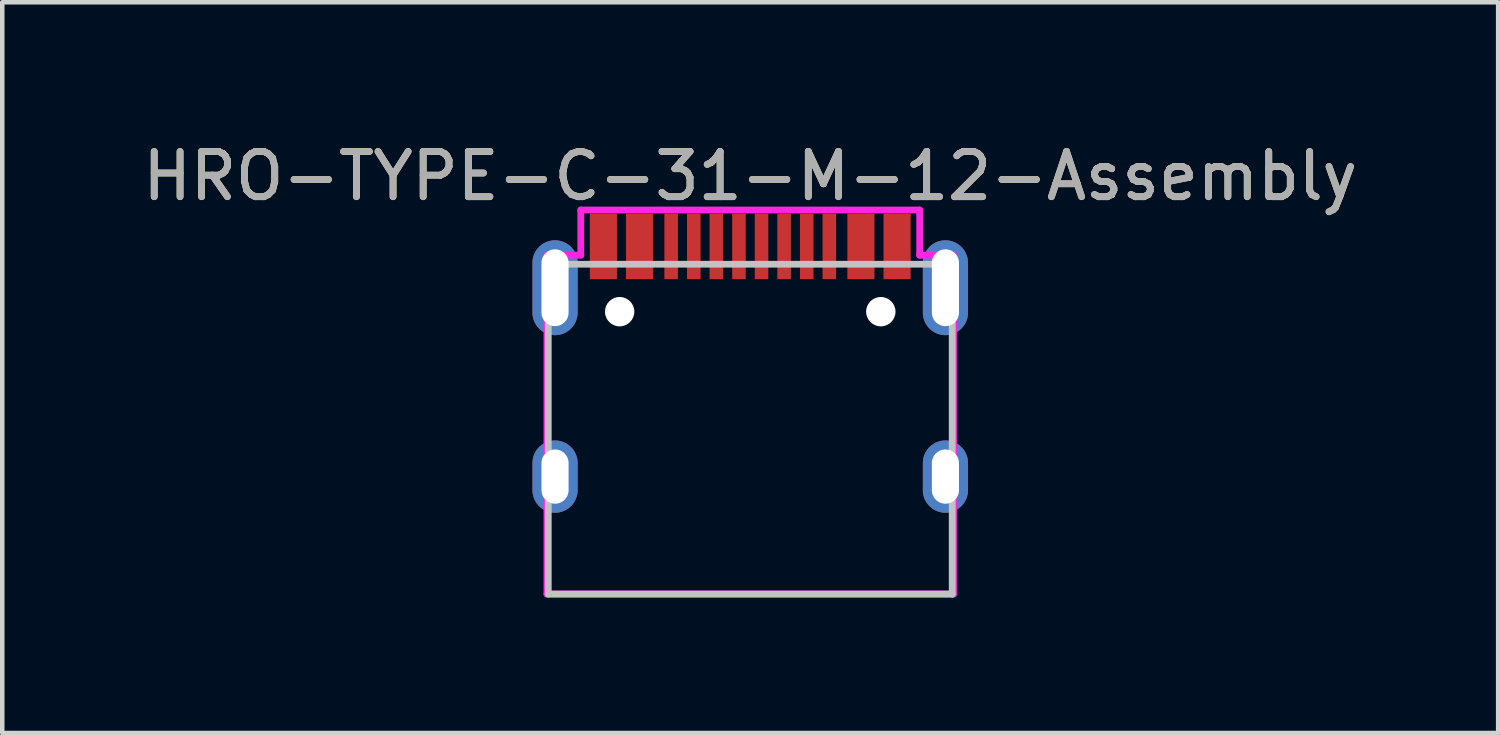
<source format=kicad_pcb>
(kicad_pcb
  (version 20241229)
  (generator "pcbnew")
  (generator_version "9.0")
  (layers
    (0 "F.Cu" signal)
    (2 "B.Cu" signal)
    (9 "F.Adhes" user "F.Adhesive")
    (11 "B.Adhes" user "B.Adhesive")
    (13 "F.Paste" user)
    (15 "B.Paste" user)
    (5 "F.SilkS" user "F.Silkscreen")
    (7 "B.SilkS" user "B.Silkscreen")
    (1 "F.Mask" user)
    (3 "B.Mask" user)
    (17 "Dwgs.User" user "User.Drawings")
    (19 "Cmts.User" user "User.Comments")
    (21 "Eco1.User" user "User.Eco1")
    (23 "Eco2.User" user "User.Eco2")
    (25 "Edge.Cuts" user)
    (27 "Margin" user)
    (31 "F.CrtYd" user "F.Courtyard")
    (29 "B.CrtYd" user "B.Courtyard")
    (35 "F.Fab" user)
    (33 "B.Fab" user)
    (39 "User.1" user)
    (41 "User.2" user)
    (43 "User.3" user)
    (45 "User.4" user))
  (footprint "HRO-TYPE-C-31-M-12-Assembly"
    (layer "F.Cu")
    (at 13.554 5.054)
    (property "Reference" "HRO-TYPE-C-31-M-12-Assembly" (at 0 -4.206 0) (layer "F.SilkS") (effects (font (size 1 1) (thickness 0.15))))
    (attr smd)
    (fp_line (start -4.47 -2.256) (end 4.47 -2.256) (stroke (width 0.15) (type solid)) (layer "Dwgs.User"))
    (fp_line (start -4.47 5.044) (end -4.47 -2.256) (stroke (width 0.15) (type solid)) (layer "Dwgs.User"))
    (fp_line (start -4.47 5.044) (end 4.47 5.044) (stroke (width 0.15) (type solid)) (layer "Dwgs.User"))
    (fp_line (start 4.47 5.044) (end 4.47 -2.256) (stroke (width 0.15) (type solid)) (layer "Dwgs.User"))
    (fp_line (start -4.5 -2.456) (end -3.75 -2.456) (stroke (width 0.15) (type solid)) (layer "F.CrtYd"))
    (fp_line (start -4.5 5.044) (end -4.5 -2.456) (stroke (width 0.15) (type solid)) (layer "F.CrtYd"))
    (fp_line (start -3.75 -3.456) (end 3.75 -3.456) (stroke (width 0.15) (type solid)) (layer "F.CrtYd"))
    (fp_line (start -3.75 -2.456) (end -3.75 -3.456) (stroke (width 0.15) (type solid)) (layer "F.CrtYd"))
    (fp_line (start 3.75 -3.456) (end 3.75 -2.456) (stroke (width 0.15) (type solid)) (layer "F.CrtYd"))
    (fp_line (start 3.75 -2.456) (end 4.5 -2.456) (stroke (width 0.15) (type solid)) (layer "F.CrtYd"))
    (fp_line (start 4.5 -2.456) (end 4.5 5.044) (stroke (width 0.15) (type solid)) (layer "F.CrtYd"))
    (fp_line (start 4.5 5.044) (end -4.5 5.044) (stroke (width 0.15) (type solid)) (layer "F.CrtYd"))
    (fp_text user "${REFERENCE}" (at 0 -4.206 0) (layer "F.Fab") (effects (font (size 1 1) (thickness 0.15))))
    (pad "" np_thru_hole circle (at -2.89 -1.206) (size 0.65 0.65) (drill 0.65) (layers "*.Cu" "*.Mask"))
    (pad "" np_thru_hole circle (at 2.89 -1.206) (size 0.65 0.65) (drill 0.65) (layers "*.Cu" "*.Mask"))
    (pad "1" smd rect (at -3.25 -2.651) (size 0.6 1.45) (layers "F.Cu" "F.Mask" "F.Paste"))
    (pad "2" smd rect (at -2.45 -2.651) (size 0.6 1.45) (layers "F.Cu" "F.Mask" "F.Paste"))
    (pad "3" smd rect (at -1.75 -2.651) (size 0.3 1.45) (layers "F.Cu" "F.Mask" "F.Paste"))
    (pad "4" smd rect (at -1.25 -2.651) (size 0.3 1.45) (layers "F.Cu" "F.Mask" "F.Paste"))
    (pad "5" smd rect (at -0.75 -2.651) (size 0.3 1.45) (layers "F.Cu" "F.Mask" "F.Paste"))
    (pad "6" smd rect (at -0.25 -2.651) (size 0.3 1.45) (layers "F.Cu" "F.Mask" "F.Paste"))
    (pad "7" smd rect (at 0.25 -2.651) (size 0.3 1.45) (layers "F.Cu" "F.Mask" "F.Paste"))
    (pad "8" smd rect (at 0.75 -2.651) (size 0.3 1.45) (layers "F.Cu" "F.Mask" "F.Paste"))
    (pad "9" smd rect (at 1.25 -2.651) (size 0.3 1.45) (layers "F.Cu" "F.Mask" "F.Paste"))
    (pad "10" smd rect (at 1.75 -2.651) (size 0.3 1.45) (layers "F.Cu" "F.Mask" "F.Paste"))
    (pad "11" smd rect (at 2.45 -2.651) (size 0.6 1.45) (layers "F.Cu" "F.Mask" "F.Paste"))
    (pad "12" smd rect (at 3.25 -2.651) (size 0.6 1.45) (layers "F.Cu" "F.Mask" "F.Paste"))
    (pad "13" thru_hole oval (at -4.32 -1.736) (size 1 2.1) (drill oval 0.6 1.7) (layers "*.Cu" "*.Mask"))
    (pad "13" thru_hole oval (at -4.32 2.444) (size 1 1.6) (drill oval 0.6 1.2) (layers "*.Cu" "*.Mask"))
    (pad "13" thru_hole oval (at 4.32 -1.736) (size 1 2.1) (drill oval 0.6 1.7) (layers "*.Cu" "*.Mask"))
    (pad "13" thru_hole oval (at 4.32 2.444) (size 1 1.6) (drill oval 0.6 1.2) (layers "*.Cu" "*.Mask")))
  (gr_rect
    (start -3 -3)
    (end 30.107 13.173)
    (stroke (width 0.1) (type default))
    (fill no)
    (layer "Edge.Cuts")))
</source>
